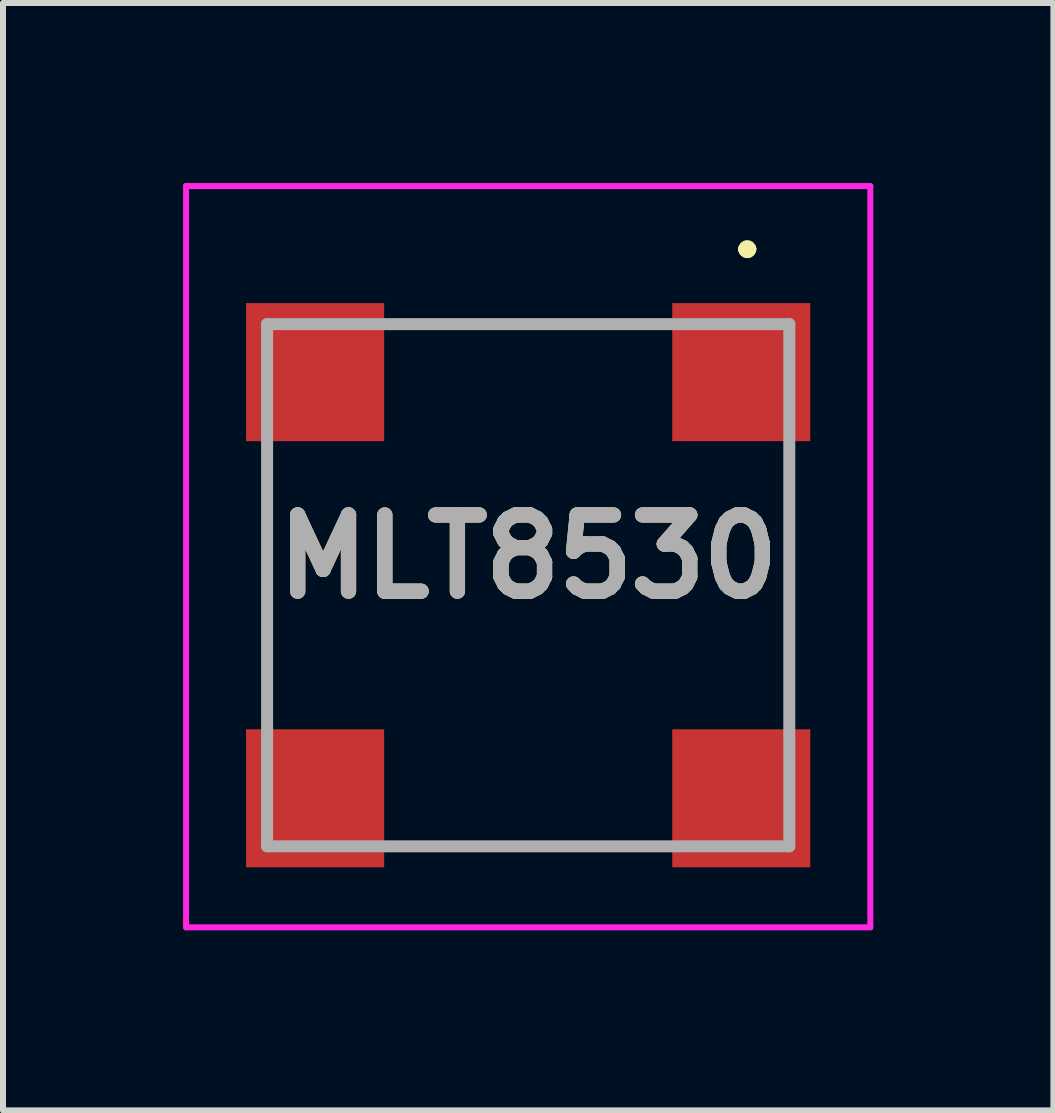
<source format=kicad_pcb>
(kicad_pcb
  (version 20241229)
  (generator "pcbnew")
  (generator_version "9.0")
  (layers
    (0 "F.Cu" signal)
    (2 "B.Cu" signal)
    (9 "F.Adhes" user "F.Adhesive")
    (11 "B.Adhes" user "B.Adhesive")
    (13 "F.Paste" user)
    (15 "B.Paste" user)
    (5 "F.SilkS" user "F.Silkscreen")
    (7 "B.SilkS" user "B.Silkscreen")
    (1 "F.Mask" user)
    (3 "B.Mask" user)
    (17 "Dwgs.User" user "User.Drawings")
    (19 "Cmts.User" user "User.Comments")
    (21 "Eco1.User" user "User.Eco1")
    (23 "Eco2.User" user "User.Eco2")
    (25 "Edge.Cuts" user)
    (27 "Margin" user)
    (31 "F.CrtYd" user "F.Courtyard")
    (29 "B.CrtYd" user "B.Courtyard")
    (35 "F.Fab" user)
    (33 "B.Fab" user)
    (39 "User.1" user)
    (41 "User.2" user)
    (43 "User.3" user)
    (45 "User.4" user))
  (footprint "MLT8530"
    (layer "F.Cu")
    (at 5.75 6.7)
    (property "Reference" "MLT8530" (at 0 -0.475 0) (layer "F.SilkS") (effects (font (size 1.27 1.27) (thickness 0.254))))
    (attr smd)
    (fp_line (start -4.35 -1.75) (end -4.35 -1.75) (stroke (width 0.1) (type solid)) (layer "F.SilkS"))
    (fp_line (start -4.35 -1.75) (end -4.35 1.75) (stroke (width 0.1) (type solid)) (layer "F.SilkS"))
    (fp_line (start -4.35 1.75) (end -4.35 -1.75) (stroke (width 0.1) (type solid)) (layer "F.SilkS"))
    (fp_line (start -4.35 1.75) (end -4.35 1.75) (stroke (width 0.1) (type solid)) (layer "F.SilkS"))
    (fp_line (start -1.75 -4.35) (end -1.75 -4.35) (stroke (width 0.1) (type solid)) (layer "F.SilkS"))
    (fp_line (start -1.75 -4.35) (end 1.75 -4.35) (stroke (width 0.1) (type solid)) (layer "F.SilkS"))
    (fp_line (start -1.75 4.35) (end -1.75 4.35) (stroke (width 0.1) (type solid)) (layer "F.SilkS"))
    (fp_line (start -1.75 4.35) (end 1.75 4.35) (stroke (width 0.1) (type solid)) (layer "F.SilkS"))
    (fp_line (start 1.75 -4.35) (end -1.75 -4.35) (stroke (width 0.1) (type solid)) (layer "F.SilkS"))
    (fp_line (start 1.75 -4.35) (end 1.75 -4.35) (stroke (width 0.1) (type solid)) (layer "F.SilkS"))
    (fp_line (start 1.75 4.35) (end -1.75 4.35) (stroke (width 0.1) (type solid)) (layer "F.SilkS"))
    (fp_line (start 1.75 4.35) (end 1.75 4.35) (stroke (width 0.1) (type solid)) (layer "F.SilkS"))
    (fp_line (start 3.6 -5.6) (end 3.6 -5.6) (stroke (width 0.2) (type solid)) (layer "F.SilkS"))
    (fp_line (start 3.6 -5.6) (end 3.6 -5.6) (stroke (width 0.2) (type solid)) (layer "F.SilkS"))
    (fp_line (start 3.7 -5.6) (end 3.7 -5.6) (stroke (width 0.2) (type solid)) (layer "F.SilkS"))
    (fp_line (start 4.35 -1.75) (end 4.35 -1.75) (stroke (width 0.1) (type solid)) (layer "F.SilkS"))
    (fp_line (start 4.35 -1.75) (end 4.35 1.75) (stroke (width 0.1) (type solid)) (layer "F.SilkS"))
    (fp_line (start 4.35 1.75) (end 4.35 -1.75) (stroke (width 0.1) (type solid)) (layer "F.SilkS"))
    (fp_line (start 4.35 1.75) (end 4.35 1.75) (stroke (width 0.1) (type solid)) (layer "F.SilkS"))
    (fp_arc (start 3.6 -5.6) (mid 3.65 -5.65) (end 3.7 -5.6) (stroke (width 0.2) (type solid)) (layer "F.SilkS"))
    (fp_arc (start 3.7 -5.6) (mid 3.65 -5.55) (end 3.6 -5.6) (stroke (width 0.2) (type solid)) (layer "F.SilkS"))
    (fp_arc (start 3.7 -5.6) (mid 3.65 -5.55) (end 3.6 -5.6) (stroke (width 0.2) (type solid)) (layer "F.SilkS"))
    (fp_line (start -5.7 -6.65) (end 5.7 -6.65) (stroke (width 0.1) (type solid)) (layer "F.CrtYd"))
    (fp_line (start -5.7 5.7) (end -5.7 -6.65) (stroke (width 0.1) (type solid)) (layer "F.CrtYd"))
    (fp_line (start 5.7 -6.65) (end 5.7 5.7) (stroke (width 0.1) (type solid)) (layer "F.CrtYd"))
    (fp_line (start 5.7 5.7) (end -5.7 5.7) (stroke (width 0.1) (type solid)) (layer "F.CrtYd"))
    (fp_line (start -4.35 -4.35) (end -4.35 4.35) (stroke (width 0.2) (type solid)) (layer "F.Fab"))
    (fp_line (start -4.35 4.35) (end 4.35 4.35) (stroke (width 0.2) (type solid)) (layer "F.Fab"))
    (fp_line (start 4.35 -4.35) (end -4.35 -4.35) (stroke (width 0.2) (type solid)) (layer "F.Fab"))
    (fp_line (start 4.35 4.35) (end 4.35 -4.35) (stroke (width 0.2) (type solid)) (layer "F.Fab"))
    (fp_text user "${REFERENCE}" (at 0 -0.475 0) (layer "F.Fab") (effects (font (size 1.27 1.27) (thickness 0.254))))
    (pad "1" smd rect (at 3.55 -3.55 90) (size 2.3 2.3) (layers "F.Cu" "F.Mask" "F.Paste"))
    (pad "2" smd rect (at -3.55 -3.55 90) (size 2.3 2.3) (layers "F.Cu" "F.Mask" "F.Paste"))
    (pad "3" smd rect (at -3.55 3.55 90) (size 2.3 2.3) (layers "F.Cu" "F.Mask" "F.Paste"))
    (pad "4" smd rect (at 3.55 3.55 90) (size 2.3 2.3) (layers "F.Cu" "F.Mask" "F.Paste")))
  (gr_rect
    (start -3 -3)
    (end 14.5 15.45)
    (stroke (width 0.1) (type default))
    (fill no)
    (layer "Edge.Cuts")))
</source>
